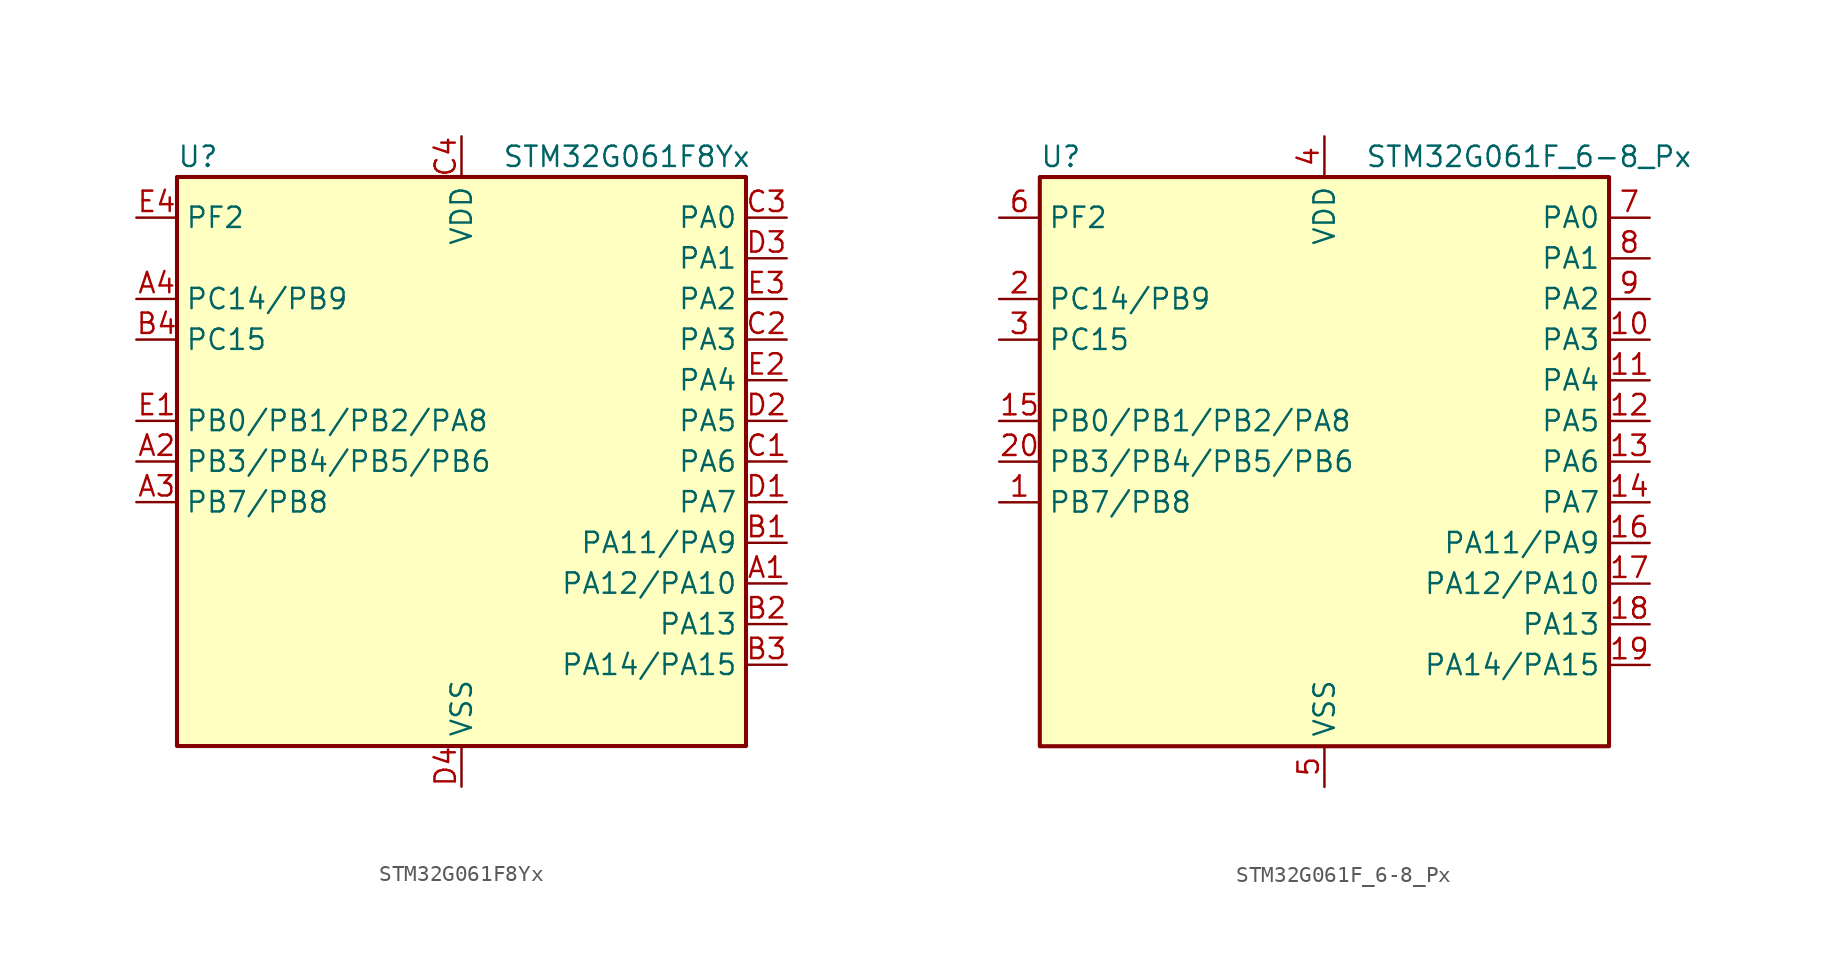
<source format=kicad_sym>
(kicad_symbol_lib
  (version 20231120)
  (generator "kicad_symbol_editor")
  (generator_version "8.0")
  (symbol "STM32G061F8Yx"
    (property "Reference" "U"
      (at -17.78 19.05 0)
      (effects (font (size 1.27 1.27)) (justify left)))
    (property "Value" "STM32G061F8Yx"
      (at 2.54 19.05 0)
      (effects (font (size 1.27 1.27)) (justify left)))
    (property "ki_locked" ""
      (at 0 0 0)
      (effects (font (size 1.27 1.27))))
    (symbol "STM32G061F8Yx_0_1"
      (rectangle (start -17.78 -17.78) (end 17.78 17.78) (stroke (width 0.254) (type default)) (fill (type background))))
    (symbol "STM32G061F8Yx_1_1"
      (pin bidirectional line (at 20.32 -7.62 180) (length 2.54) (name "PA12/PA10" (effects (font (size 1.27 1.27)))) (number "A1" (effects (font (size 1.27 1.27)))) (alternate "ADC1_IN16" bidirectional line) (alternate "COMP2_OUT" bidirectional line) (alternate "I2C2_SDA" bidirectional line) (alternate "I2S1_SD" bidirectional line) (alternate "I2S_CKIN" bidirectional line) (alternate "SPI1_MOSI" bidirectional line) (alternate "TIM1_ETR" bidirectional line) (alternate "USART1_CK" bidirectional line) (alternate "USART1_DE" bidirectional line) (alternate "USART1_RTS" bidirectional line))
      (pin bidirectional line (at -20.32 0 0) (length 2.54) (name "PB3/PB4/PB5/PB6" (effects (font (size 1.27 1.27)))) (number "A2" (effects (font (size 1.27 1.27)))) (alternate "COMP2_INM" bidirectional line) (alternate "I2S1_CK" bidirectional line) (alternate "SPI1_SCK" bidirectional line) (alternate "TIM1_CH2" bidirectional line) (alternate "TIM2_CH2" bidirectional line) (alternate "USART1_CK" bidirectional line) (alternate "USART1_DE" bidirectional line) (alternate "USART1_RTS" bidirectional line))
      (pin bidirectional line (at -20.32 -2.54 0) (length 2.54) (name "PB7/PB8" (effects (font (size 1.27 1.27)))) (number "A3" (effects (font (size 1.27 1.27)))) (alternate "ADC1_IN11" bidirectional line) (alternate "COMP2_INM" bidirectional line) (alternate "I2C1_SDA" bidirectional line) (alternate "LPTIM1_IN2" bidirectional line) (alternate "SPI2_MOSI" bidirectional line) (alternate "SYS_PVD_IN" bidirectional line) (alternate "TIM17_CH1N" bidirectional line) (alternate "USART1_RX" bidirectional line))
      (pin bidirectional line (at -20.32 10.16 0) (length 2.54) (name "PC14/PB9" (effects (font (size 1.27 1.27)))) (number "A4" (effects (font (size 1.27 1.27)))) (alternate "RCC_OSC32_IN" bidirectional line) (alternate "RCC_OSC_IN" bidirectional line) (alternate "TIM1_BK2" bidirectional line))
      (pin bidirectional line (at 20.32 -5.08 180) (length 2.54) (name "PA11/PA9" (effects (font (size 1.27 1.27)))) (number "B1" (effects (font (size 1.27 1.27)))) (alternate "ADC1_EXTI11" bidirectional line) (alternate "ADC1_IN15" bidirectional line) (alternate "COMP1_OUT" bidirectional line) (alternate "I2C2_SCL" bidirectional line) (alternate "I2S1_MCK" bidirectional line) (alternate "SPI1_MISO" bidirectional line) (alternate "TIM1_BK2" bidirectional line) (alternate "TIM1_CH4" bidirectional line) (alternate "USART1_CTS" bidirectional line) (alternate "USART1_NSS" bidirectional line))
      (pin bidirectional line (at 20.32 -10.16 180) (length 2.54) (name "PA13" (effects (font (size 1.27 1.27)))) (number "B2" (effects (font (size 1.27 1.27)))) (alternate "ADC1_IN17" bidirectional line) (alternate "IR_OUT" bidirectional line) (alternate "SYS_SWDIO" bidirectional line))
      (pin bidirectional line (at 20.32 -12.7 180) (length 2.54) (name "PA14/PA15" (effects (font (size 1.27 1.27)))) (number "B3" (effects (font (size 1.27 1.27)))) (alternate "ADC1_IN18" bidirectional line) (alternate "SYS_SWCLK" bidirectional line) (alternate "USART2_TX" bidirectional line))
      (pin bidirectional line (at -20.32 7.62 0) (length 2.54) (name "PC15" (effects (font (size 1.27 1.27)))) (number "B4" (effects (font (size 1.27 1.27)))) (alternate "RCC_OSC32_EN" bidirectional line) (alternate "RCC_OSC32_OUT" bidirectional line) (alternate "RCC_OSC_EN" bidirectional line) (alternate "TIM15_BK" bidirectional line))
      (pin bidirectional line (at 20.32 0 180) (length 2.54) (name "PA6" (effects (font (size 1.27 1.27)))) (number "C1" (effects (font (size 1.27 1.27)))) (alternate "ADC1_IN6" bidirectional line) (alternate "COMP1_OUT" bidirectional line) (alternate "I2S1_MCK" bidirectional line) (alternate "LPUART1_CTS" bidirectional line) (alternate "SPI1_MISO" bidirectional line) (alternate "TIM16_CH1" bidirectional line) (alternate "TIM1_BK" bidirectional line) (alternate "TIM3_CH1" bidirectional line))
      (pin bidirectional line (at 20.32 7.62 180) (length 2.54) (name "PA3" (effects (font (size 1.27 1.27)))) (number "C2" (effects (font (size 1.27 1.27)))) (alternate "ADC1_IN3" bidirectional line) (alternate "COMP2_INP" bidirectional line) (alternate "LPUART1_RX" bidirectional line) (alternate "SPI2_MISO" bidirectional line) (alternate "TIM15_CH2" bidirectional line) (alternate "TIM2_CH4" bidirectional line) (alternate "USART2_RX" bidirectional line))
      (pin bidirectional line (at 20.32 15.24 180) (length 2.54) (name "PA0" (effects (font (size 1.27 1.27)))) (number "C3" (effects (font (size 1.27 1.27)))) (alternate "ADC1_IN0" bidirectional line) (alternate "COMP1_INM" bidirectional line) (alternate "COMP1_OUT" bidirectional line) (alternate "LPTIM1_OUT" bidirectional line) (alternate "RTC_TAMP_IN2" bidirectional line) (alternate "SPI2_SCK" bidirectional line) (alternate "SYS_WKUP1" bidirectional line) (alternate "TIM2_CH1" bidirectional line) (alternate "TIM2_ETR" bidirectional line) (alternate "USART2_CTS" bidirectional line) (alternate "USART2_NSS" bidirectional line))
      (pin power_in line (at 0 20.32 270) (length 2.54) (name "VDD" (effects (font (size 1.27 1.27)))) (number "C4" (effects (font (size 1.27 1.27)))))
      (pin bidirectional line (at 20.32 -2.54 180) (length 2.54) (name "PA7" (effects (font (size 1.27 1.27)))) (number "D1" (effects (font (size 1.27 1.27)))) (alternate "ADC1_IN7" bidirectional line) (alternate "COMP2_OUT" bidirectional line) (alternate "I2S1_SD" bidirectional line) (alternate "SPI1_MOSI" bidirectional line) (alternate "TIM14_CH1" bidirectional line) (alternate "TIM17_CH1" bidirectional line) (alternate "TIM1_CH1N" bidirectional line) (alternate "TIM3_CH2" bidirectional line))
      (pin bidirectional line (at 20.32 2.54 180) (length 2.54) (name "PA5" (effects (font (size 1.27 1.27)))) (number "D2" (effects (font (size 1.27 1.27)))) (alternate "ADC1_IN5" bidirectional line) (alternate "DAC1_OUT2" bidirectional line) (alternate "I2S1_CK" bidirectional line) (alternate "LPTIM2_ETR" bidirectional line) (alternate "SPI1_SCK" bidirectional line) (alternate "TIM2_CH1" bidirectional line) (alternate "TIM2_ETR" bidirectional line))
      (pin bidirectional line (at 20.32 12.7 180) (length 2.54) (name "PA1" (effects (font (size 1.27 1.27)))) (number "D3" (effects (font (size 1.27 1.27)))) (alternate "ADC1_IN1" bidirectional line) (alternate "COMP1_INP" bidirectional line) (alternate "I2C1_SMBA" bidirectional line) (alternate "I2S1_CK" bidirectional line) (alternate "SPI1_SCK" bidirectional line) (alternate "TIM15_CH1N" bidirectional line) (alternate "TIM2_CH2" bidirectional line) (alternate "USART2_CK" bidirectional line) (alternate "USART2_DE" bidirectional line) (alternate "USART2_RTS" bidirectional line))
      (pin power_in line (at 0 -20.32 90) (length 2.54) (name "VSS" (effects (font (size 1.27 1.27)))) (number "D4" (effects (font (size 1.27 1.27)))))
      (pin bidirectional line (at -20.32 2.54 0) (length 2.54) (name "PB0/PB1/PB2/PA8" (effects (font (size 1.27 1.27)))) (number "E1" (effects (font (size 1.27 1.27)))) (alternate "ADC1_IN8" bidirectional line) (alternate "COMP1_OUT" bidirectional line) (alternate "I2S1_WS" bidirectional line) (alternate "LPTIM1_OUT" bidirectional line) (alternate "SPI1_NSS" bidirectional line) (alternate "TIM1_CH2N" bidirectional line) (alternate "TIM3_CH3" bidirectional line))
      (pin bidirectional line (at 20.32 5.08 180) (length 2.54) (name "PA4" (effects (font (size 1.27 1.27)))) (number "E2" (effects (font (size 1.27 1.27)))) (alternate "ADC1_IN4" bidirectional line) (alternate "DAC1_OUT1" bidirectional line) (alternate "I2S1_WS" bidirectional line) (alternate "LPTIM2_OUT" bidirectional line) (alternate "RTC_OUT1" bidirectional line) (alternate "RTC_TAMP_IN1" bidirectional line) (alternate "RTC_TS" bidirectional line) (alternate "SPI1_NSS" bidirectional line) (alternate "SPI2_MOSI" bidirectional line) (alternate "SYS_WKUP2" bidirectional line) (alternate "TIM14_CH1" bidirectional line))
      (pin bidirectional line (at 20.32 10.16 180) (length 2.54) (name "PA2" (effects (font (size 1.27 1.27)))) (number "E3" (effects (font (size 1.27 1.27)))) (alternate "ADC1_IN2" bidirectional line) (alternate "COMP2_INM" bidirectional line) (alternate "COMP2_OUT" bidirectional line) (alternate "I2S1_SD" bidirectional line) (alternate "LPUART1_TX" bidirectional line) (alternate "RCC_LSCO" bidirectional line) (alternate "SPI1_MOSI" bidirectional line) (alternate "SYS_WKUP4" bidirectional line) (alternate "TIM15_CH1" bidirectional line) (alternate "TIM2_CH3" bidirectional line) (alternate "USART2_TX" bidirectional line))
      (pin bidirectional line (at -20.32 15.24 0) (length 2.54) (name "PF2" (effects (font (size 1.27 1.27)))) (number "E4" (effects (font (size 1.27 1.27)))) (alternate "RCC_MCO" bidirectional line))))
  (symbol "STM32G061F_6-8_Px"
    (property "Reference" "U"
      (at -17.78 19.05 0)
      (effects (font (size 1.27 1.27)) (justify left)))
    (property "Value" "STM32G061F_6-8_Px"
      (at 2.54 19.05 0)
      (effects (font (size 1.27 1.27)) (justify left)))
    (property "ki_locked" ""
      (at 0 0 0)
      (effects (font (size 1.27 1.27))))
    (symbol "STM32G061F_6-8_Px_0_1"
      (rectangle (start -17.78 -17.78) (end 17.78 17.78) (stroke (width 0.254) (type default)) (fill (type background))))
    (symbol "STM32G061F_6-8_Px_1_1"
      (pin bidirectional line (at -20.32 -2.54 0) (length 2.54) (name "PB7/PB8" (effects (font (size 1.27 1.27)))) (number "1" (effects (font (size 1.27 1.27)))) (alternate "ADC1_IN11" bidirectional line) (alternate "COMP2_INM" bidirectional line) (alternate "I2C1_SDA" bidirectional line) (alternate "LPTIM1_IN2" bidirectional line) (alternate "SPI2_MOSI" bidirectional line) (alternate "SYS_PVD_IN" bidirectional line) (alternate "TIM17_CH1N" bidirectional line) (alternate "USART1_RX" bidirectional line))
      (pin bidirectional line (at 20.32 7.62 180) (length 2.54) (name "PA3" (effects (font (size 1.27 1.27)))) (number "10" (effects (font (size 1.27 1.27)))) (alternate "ADC1_IN3" bidirectional line) (alternate "COMP2_INP" bidirectional line) (alternate "LPUART1_RX" bidirectional line) (alternate "SPI2_MISO" bidirectional line) (alternate "TIM15_CH2" bidirectional line) (alternate "TIM2_CH4" bidirectional line) (alternate "USART2_RX" bidirectional line))
      (pin bidirectional line (at 20.32 5.08 180) (length 2.54) (name "PA4" (effects (font (size 1.27 1.27)))) (number "11" (effects (font (size 1.27 1.27)))) (alternate "ADC1_IN4" bidirectional line) (alternate "DAC1_OUT1" bidirectional line) (alternate "I2S1_WS" bidirectional line) (alternate "LPTIM2_OUT" bidirectional line) (alternate "RTC_OUT1" bidirectional line) (alternate "RTC_TAMP_IN1" bidirectional line) (alternate "RTC_TS" bidirectional line) (alternate "SPI1_NSS" bidirectional line) (alternate "SPI2_MOSI" bidirectional line) (alternate "SYS_WKUP2" bidirectional line) (alternate "TIM14_CH1" bidirectional line))
      (pin bidirectional line (at 20.32 2.54 180) (length 2.54) (name "PA5" (effects (font (size 1.27 1.27)))) (number "12" (effects (font (size 1.27 1.27)))) (alternate "ADC1_IN5" bidirectional line) (alternate "DAC1_OUT2" bidirectional line) (alternate "I2S1_CK" bidirectional line) (alternate "LPTIM2_ETR" bidirectional line) (alternate "SPI1_SCK" bidirectional line) (alternate "TIM2_CH1" bidirectional line) (alternate "TIM2_ETR" bidirectional line))
      (pin bidirectional line (at 20.32 0 180) (length 2.54) (name "PA6" (effects (font (size 1.27 1.27)))) (number "13" (effects (font (size 1.27 1.27)))) (alternate "ADC1_IN6" bidirectional line) (alternate "COMP1_OUT" bidirectional line) (alternate "I2S1_MCK" bidirectional line) (alternate "LPUART1_CTS" bidirectional line) (alternate "SPI1_MISO" bidirectional line) (alternate "TIM16_CH1" bidirectional line) (alternate "TIM1_BK" bidirectional line) (alternate "TIM3_CH1" bidirectional line))
      (pin bidirectional line (at 20.32 -2.54 180) (length 2.54) (name "PA7" (effects (font (size 1.27 1.27)))) (number "14" (effects (font (size 1.27 1.27)))) (alternate "ADC1_IN7" bidirectional line) (alternate "COMP2_OUT" bidirectional line) (alternate "I2S1_SD" bidirectional line) (alternate "SPI1_MOSI" bidirectional line) (alternate "TIM14_CH1" bidirectional line) (alternate "TIM17_CH1" bidirectional line) (alternate "TIM1_CH1N" bidirectional line) (alternate "TIM3_CH2" bidirectional line))
      (pin bidirectional line (at -20.32 2.54 0) (length 2.54) (name "PB0/PB1/PB2/PA8" (effects (font (size 1.27 1.27)))) (number "15" (effects (font (size 1.27 1.27)))) (alternate "ADC1_IN8" bidirectional line) (alternate "COMP1_OUT" bidirectional line) (alternate "I2S1_WS" bidirectional line) (alternate "LPTIM1_OUT" bidirectional line) (alternate "SPI1_NSS" bidirectional line) (alternate "TIM1_CH2N" bidirectional line) (alternate "TIM3_CH3" bidirectional line))
      (pin bidirectional line (at 20.32 -5.08 180) (length 2.54) (name "PA11/PA9" (effects (font (size 1.27 1.27)))) (number "16" (effects (font (size 1.27 1.27)))) (alternate "ADC1_EXTI11" bidirectional line) (alternate "ADC1_IN15" bidirectional line) (alternate "COMP1_OUT" bidirectional line) (alternate "I2C2_SCL" bidirectional line) (alternate "I2S1_MCK" bidirectional line) (alternate "SPI1_MISO" bidirectional line) (alternate "TIM1_BK2" bidirectional line) (alternate "TIM1_CH4" bidirectional line) (alternate "USART1_CTS" bidirectional line) (alternate "USART1_NSS" bidirectional line))
      (pin bidirectional line (at 20.32 -7.62 180) (length 2.54) (name "PA12/PA10" (effects (font (size 1.27 1.27)))) (number "17" (effects (font (size 1.27 1.27)))) (alternate "ADC1_IN16" bidirectional line) (alternate "COMP2_OUT" bidirectional line) (alternate "I2C2_SDA" bidirectional line) (alternate "I2S1_SD" bidirectional line) (alternate "I2S_CKIN" bidirectional line) (alternate "SPI1_MOSI" bidirectional line) (alternate "TIM1_ETR" bidirectional line) (alternate "USART1_CK" bidirectional line) (alternate "USART1_DE" bidirectional line) (alternate "USART1_RTS" bidirectional line))
      (pin bidirectional line (at 20.32 -10.16 180) (length 2.54) (name "PA13" (effects (font (size 1.27 1.27)))) (number "18" (effects (font (size 1.27 1.27)))) (alternate "ADC1_IN17" bidirectional line) (alternate "IR_OUT" bidirectional line) (alternate "SYS_SWDIO" bidirectional line))
      (pin bidirectional line (at 20.32 -12.7 180) (length 2.54) (name "PA14/PA15" (effects (font (size 1.27 1.27)))) (number "19" (effects (font (size 1.27 1.27)))) (alternate "ADC1_IN18" bidirectional line) (alternate "SYS_SWCLK" bidirectional line) (alternate "USART2_TX" bidirectional line))
      (pin bidirectional line (at -20.32 10.16 0) (length 2.54) (name "PC14/PB9" (effects (font (size 1.27 1.27)))) (number "2" (effects (font (size 1.27 1.27)))) (alternate "RCC_OSC32_IN" bidirectional line) (alternate "RCC_OSC_IN" bidirectional line) (alternate "TIM1_BK2" bidirectional line))
      (pin bidirectional line (at -20.32 0 0) (length 2.54) (name "PB3/PB4/PB5/PB6" (effects (font (size 1.27 1.27)))) (number "20" (effects (font (size 1.27 1.27)))) (alternate "COMP2_INM" bidirectional line) (alternate "I2S1_CK" bidirectional line) (alternate "SPI1_SCK" bidirectional line) (alternate "TIM1_CH2" bidirectional line) (alternate "TIM2_CH2" bidirectional line) (alternate "USART1_CK" bidirectional line) (alternate "USART1_DE" bidirectional line) (alternate "USART1_RTS" bidirectional line))
      (pin bidirectional line (at -20.32 7.62 0) (length 2.54) (name "PC15" (effects (font (size 1.27 1.27)))) (number "3" (effects (font (size 1.27 1.27)))) (alternate "RCC_OSC32_EN" bidirectional line) (alternate "RCC_OSC32_OUT" bidirectional line) (alternate "RCC_OSC_EN" bidirectional line) (alternate "TIM15_BK" bidirectional line))
      (pin power_in line (at 0 20.32 270) (length 2.54) (name "VDD" (effects (font (size 1.27 1.27)))) (number "4" (effects (font (size 1.27 1.27)))))
      (pin power_in line (at 0 -20.32 90) (length 2.54) (name "VSS" (effects (font (size 1.27 1.27)))) (number "5" (effects (font (size 1.27 1.27)))))
      (pin bidirectional line (at -20.32 15.24 0) (length 2.54) (name "PF2" (effects (font (size 1.27 1.27)))) (number "6" (effects (font (size 1.27 1.27)))) (alternate "RCC_MCO" bidirectional line))
      (pin bidirectional line (at 20.32 15.24 180) (length 2.54) (name "PA0" (effects (font (size 1.27 1.27)))) (number "7" (effects (font (size 1.27 1.27)))) (alternate "ADC1_IN0" bidirectional line) (alternate "COMP1_INM" bidirectional line) (alternate "COMP1_OUT" bidirectional line) (alternate "LPTIM1_OUT" bidirectional line) (alternate "RTC_TAMP_IN2" bidirectional line) (alternate "SPI2_SCK" bidirectional line) (alternate "SYS_WKUP1" bidirectional line) (alternate "TIM2_CH1" bidirectional line) (alternate "TIM2_ETR" bidirectional line) (alternate "USART2_CTS" bidirectional line) (alternate "USART2_NSS" bidirectional line))
      (pin bidirectional line (at 20.32 12.7 180) (length 2.54) (name "PA1" (effects (font (size 1.27 1.27)))) (number "8" (effects (font (size 1.27 1.27)))) (alternate "ADC1_IN1" bidirectional line) (alternate "COMP1_INP" bidirectional line) (alternate "I2C1_SMBA" bidirectional line) (alternate "I2S1_CK" bidirectional line) (alternate "SPI1_SCK" bidirectional line) (alternate "TIM15_CH1N" bidirectional line) (alternate "TIM2_CH2" bidirectional line) (alternate "USART2_CK" bidirectional line) (alternate "USART2_DE" bidirectional line) (alternate "USART2_RTS" bidirectional line))
      (pin bidirectional line (at 20.32 10.16 180) (length 2.54) (name "PA2" (effects (font (size 1.27 1.27)))) (number "9" (effects (font (size 1.27 1.27)))) (alternate "ADC1_IN2" bidirectional line) (alternate "COMP2_INM" bidirectional line) (alternate "COMP2_OUT" bidirectional line) (alternate "I2S1_SD" bidirectional line) (alternate "LPUART1_TX" bidirectional line) (alternate "RCC_LSCO" bidirectional line) (alternate "SPI1_MOSI" bidirectional line) (alternate "SYS_WKUP4" bidirectional line) (alternate "TIM15_CH1" bidirectional line) (alternate "TIM2_CH3" bidirectional line) (alternate "USART2_TX" bidirectional line)))))
</source>
